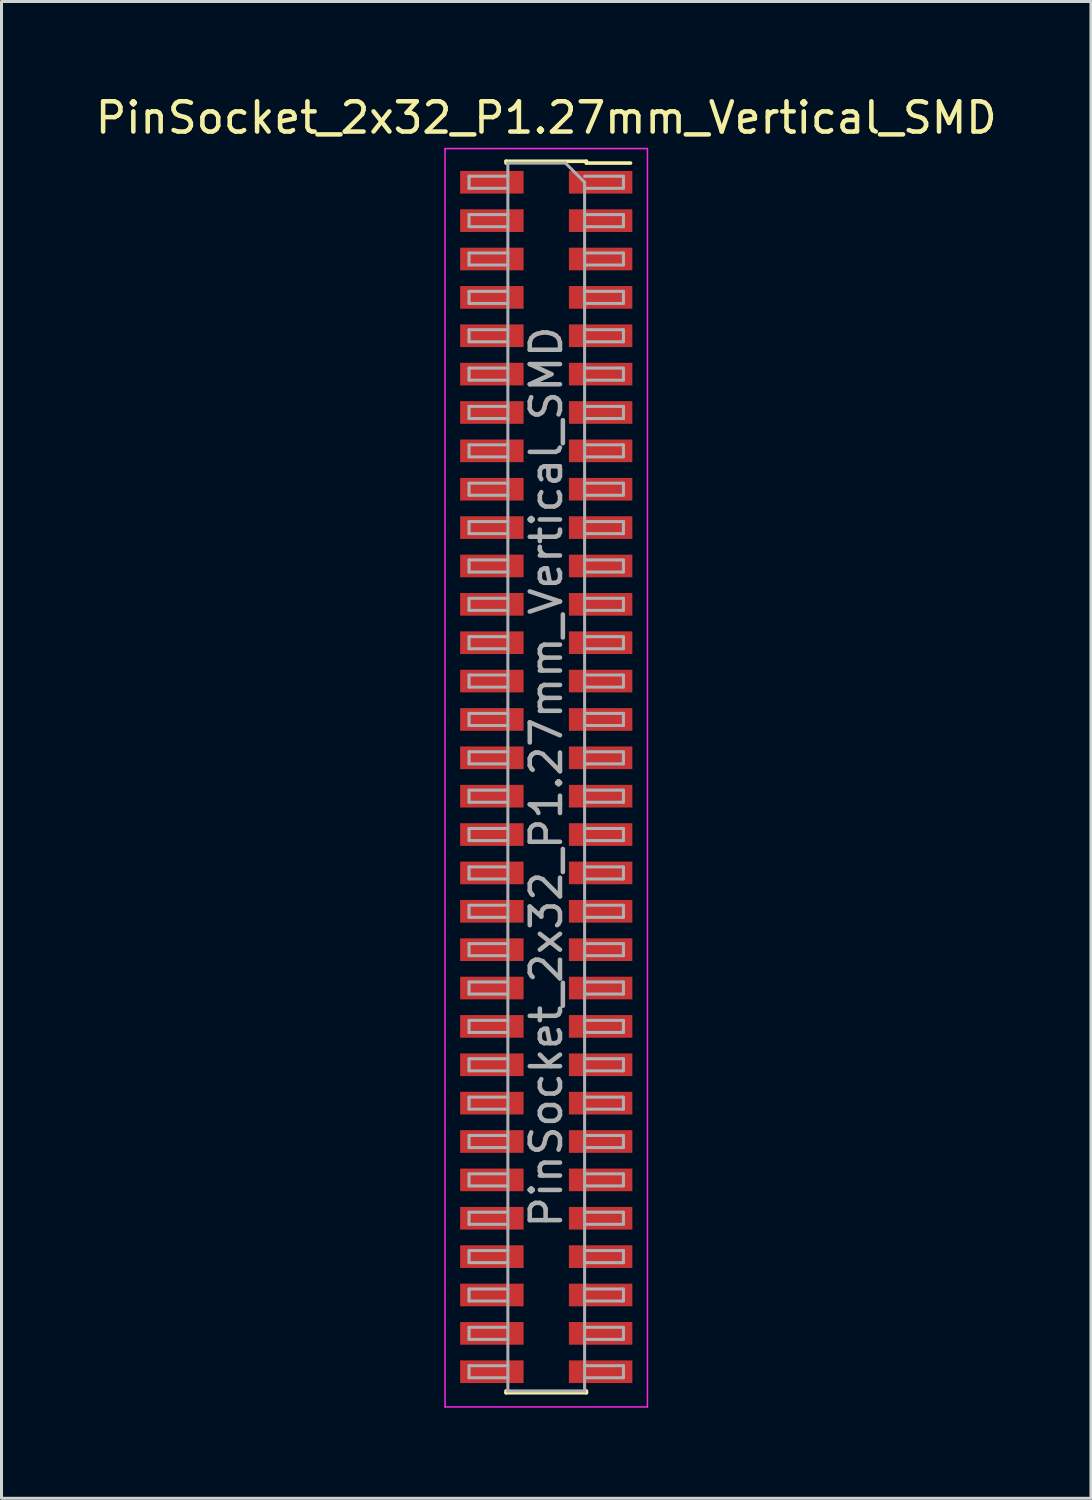
<source format=kicad_pcb>
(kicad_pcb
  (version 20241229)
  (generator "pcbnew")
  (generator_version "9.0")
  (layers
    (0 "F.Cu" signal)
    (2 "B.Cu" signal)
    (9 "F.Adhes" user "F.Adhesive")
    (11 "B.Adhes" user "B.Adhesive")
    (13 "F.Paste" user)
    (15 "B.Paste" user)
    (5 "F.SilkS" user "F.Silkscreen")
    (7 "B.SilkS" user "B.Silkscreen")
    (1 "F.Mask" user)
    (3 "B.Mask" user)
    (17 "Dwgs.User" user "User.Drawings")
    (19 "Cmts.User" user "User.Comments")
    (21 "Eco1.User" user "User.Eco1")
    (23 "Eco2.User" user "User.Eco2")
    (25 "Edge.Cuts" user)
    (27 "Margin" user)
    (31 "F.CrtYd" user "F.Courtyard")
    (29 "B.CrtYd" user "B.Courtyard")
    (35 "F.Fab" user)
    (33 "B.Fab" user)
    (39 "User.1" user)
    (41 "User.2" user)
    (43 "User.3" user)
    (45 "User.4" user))
  (footprint "PinSocket_2x32_P1.27mm_Vertical_SMD"
    (layer "F.Cu")
    (at 15.03 22.668)
    (property "Reference" "PinSocket_2x32_P1.27mm_Vertical_SMD" (at 0 -21.82 0) (layer "F.SilkS") (effects (font (size 1 1) (thickness 0.15))))
    (attr smd)
    (fp_line (start -1.33 -20.38) (end -1.33 -20.32) (stroke (width 0.12) (type solid)) (layer "F.SilkS"))
    (fp_line (start -1.33 -20.38) (end 1.33 -20.38) (stroke (width 0.12) (type solid)) (layer "F.SilkS"))
    (fp_line (start -1.33 20.32) (end -1.33 20.38) (stroke (width 0.12) (type solid)) (layer "F.SilkS"))
    (fp_line (start -1.33 20.38) (end 1.33 20.38) (stroke (width 0.12) (type solid)) (layer "F.SilkS"))
    (fp_line (start 1.33 -20.38) (end 1.33 -20.32) (stroke (width 0.12) (type solid)) (layer "F.SilkS"))
    (fp_line (start 1.33 -20.32) (end 2.79 -20.32) (stroke (width 0.12) (type solid)) (layer "F.SilkS"))
    (fp_line (start 1.33 20.32) (end 1.33 20.38) (stroke (width 0.12) (type solid)) (layer "F.SilkS"))
    (fp_line (start -3.35 -20.8) (end 3.35 -20.8) (stroke (width 0.05) (type solid)) (layer "F.CrtYd"))
    (fp_line (start -3.35 20.85) (end -3.35 -20.8) (stroke (width 0.05) (type solid)) (layer "F.CrtYd"))
    (fp_line (start 3.35 -20.8) (end 3.35 20.85) (stroke (width 0.05) (type solid)) (layer "F.CrtYd"))
    (fp_line (start 3.35 20.85) (end -3.35 20.85) (stroke (width 0.05) (type solid)) (layer "F.CrtYd"))
    (fp_line (start -2.555 -19.885) (end -1.27 -19.885) (stroke (width 0.1) (type solid)) (layer "F.Fab"))
    (fp_line (start -2.555 -19.485) (end -2.555 -19.885) (stroke (width 0.1) (type solid)) (layer "F.Fab"))
    (fp_line (start -2.555 -18.615) (end -1.27 -18.615) (stroke (width 0.1) (type solid)) (layer "F.Fab"))
    (fp_line (start -2.555 -18.215) (end -2.555 -18.615) (stroke (width 0.1) (type solid)) (layer "F.Fab"))
    (fp_line (start -2.555 -17.345) (end -1.27 -17.345) (stroke (width 0.1) (type solid)) (layer "F.Fab"))
    (fp_line (start -2.555 -16.945) (end -2.555 -17.345) (stroke (width 0.1) (type solid)) (layer "F.Fab"))
    (fp_line (start -2.555 -16.075) (end -1.27 -16.075) (stroke (width 0.1) (type solid)) (layer "F.Fab"))
    (fp_line (start -2.555 -15.675) (end -2.555 -16.075) (stroke (width 0.1) (type solid)) (layer "F.Fab"))
    (fp_line (start -2.555 -14.805) (end -1.27 -14.805) (stroke (width 0.1) (type solid)) (layer "F.Fab"))
    (fp_line (start -2.555 -14.405) (end -2.555 -14.805) (stroke (width 0.1) (type solid)) (layer "F.Fab"))
    (fp_line (start -2.555 -13.535) (end -1.27 -13.535) (stroke (width 0.1) (type solid)) (layer "F.Fab"))
    (fp_line (start -2.555 -13.135) (end -2.555 -13.535) (stroke (width 0.1) (type solid)) (layer "F.Fab"))
    (fp_line (start -2.555 -12.265) (end -1.27 -12.265) (stroke (width 0.1) (type solid)) (layer "F.Fab"))
    (fp_line (start -2.555 -11.865) (end -2.555 -12.265) (stroke (width 0.1) (type solid)) (layer "F.Fab"))
    (fp_line (start -2.555 -10.995) (end -1.27 -10.995) (stroke (width 0.1) (type solid)) (layer "F.Fab"))
    (fp_line (start -2.555 -10.595) (end -2.555 -10.995) (stroke (width 0.1) (type solid)) (layer "F.Fab"))
    (fp_line (start -2.555 -9.725) (end -1.27 -9.725) (stroke (width 0.1) (type solid)) (layer "F.Fab"))
    (fp_line (start -2.555 -9.325) (end -2.555 -9.725) (stroke (width 0.1) (type solid)) (layer "F.Fab"))
    (fp_line (start -2.555 -8.455) (end -1.27 -8.455) (stroke (width 0.1) (type solid)) (layer "F.Fab"))
    (fp_line (start -2.555 -8.055) (end -2.555 -8.455) (stroke (width 0.1) (type solid)) (layer "F.Fab"))
    (fp_line (start -2.555 -7.185) (end -1.27 -7.185) (stroke (width 0.1) (type solid)) (layer "F.Fab"))
    (fp_line (start -2.555 -6.785) (end -2.555 -7.185) (stroke (width 0.1) (type solid)) (layer "F.Fab"))
    (fp_line (start -2.555 -5.915) (end -1.27 -5.915) (stroke (width 0.1) (type solid)) (layer "F.Fab"))
    (fp_line (start -2.555 -5.515) (end -2.555 -5.915) (stroke (width 0.1) (type solid)) (layer "F.Fab"))
    (fp_line (start -2.555 -4.645) (end -1.27 -4.645) (stroke (width 0.1) (type solid)) (layer "F.Fab"))
    (fp_line (start -2.555 -4.245) (end -2.555 -4.645) (stroke (width 0.1) (type solid)) (layer "F.Fab"))
    (fp_line (start -2.555 -3.375) (end -1.27 -3.375) (stroke (width 0.1) (type solid)) (layer "F.Fab"))
    (fp_line (start -2.555 -2.975) (end -2.555 -3.375) (stroke (width 0.1) (type solid)) (layer "F.Fab"))
    (fp_line (start -2.555 -2.105) (end -1.27 -2.105) (stroke (width 0.1) (type solid)) (layer "F.Fab"))
    (fp_line (start -2.555 -1.705) (end -2.555 -2.105) (stroke (width 0.1) (type solid)) (layer "F.Fab"))
    (fp_line (start -2.555 -0.835) (end -1.27 -0.835) (stroke (width 0.1) (type solid)) (layer "F.Fab"))
    (fp_line (start -2.555 -0.435) (end -2.555 -0.835) (stroke (width 0.1) (type solid)) (layer "F.Fab"))
    (fp_line (start -2.555 0.435) (end -1.27 0.435) (stroke (width 0.1) (type solid)) (layer "F.Fab"))
    (fp_line (start -2.555 0.835) (end -2.555 0.435) (stroke (width 0.1) (type solid)) (layer "F.Fab"))
    (fp_line (start -2.555 1.705) (end -1.27 1.705) (stroke (width 0.1) (type solid)) (layer "F.Fab"))
    (fp_line (start -2.555 2.105) (end -2.555 1.705) (stroke (width 0.1) (type solid)) (layer "F.Fab"))
    (fp_line (start -2.555 2.975) (end -1.27 2.975) (stroke (width 0.1) (type solid)) (layer "F.Fab"))
    (fp_line (start -2.555 3.375) (end -2.555 2.975) (stroke (width 0.1) (type solid)) (layer "F.Fab"))
    (fp_line (start -2.555 4.245) (end -1.27 4.245) (stroke (width 0.1) (type solid)) (layer "F.Fab"))
    (fp_line (start -2.555 4.645) (end -2.555 4.245) (stroke (width 0.1) (type solid)) (layer "F.Fab"))
    (fp_line (start -2.555 5.515) (end -1.27 5.515) (stroke (width 0.1) (type solid)) (layer "F.Fab"))
    (fp_line (start -2.555 5.915) (end -2.555 5.515) (stroke (width 0.1) (type solid)) (layer "F.Fab"))
    (fp_line (start -2.555 6.785) (end -1.27 6.785) (stroke (width 0.1) (type solid)) (layer "F.Fab"))
    (fp_line (start -2.555 7.185) (end -2.555 6.785) (stroke (width 0.1) (type solid)) (layer "F.Fab"))
    (fp_line (start -2.555 8.055) (end -1.27 8.055) (stroke (width 0.1) (type solid)) (layer "F.Fab"))
    (fp_line (start -2.555 8.455) (end -2.555 8.055) (stroke (width 0.1) (type solid)) (layer "F.Fab"))
    (fp_line (start -2.555 9.325) (end -1.27 9.325) (stroke (width 0.1) (type solid)) (layer "F.Fab"))
    (fp_line (start -2.555 9.725) (end -2.555 9.325) (stroke (width 0.1) (type solid)) (layer "F.Fab"))
    (fp_line (start -2.555 10.595) (end -1.27 10.595) (stroke (width 0.1) (type solid)) (layer "F.Fab"))
    (fp_line (start -2.555 10.995) (end -2.555 10.595) (stroke (width 0.1) (type solid)) (layer "F.Fab"))
    (fp_line (start -2.555 11.865) (end -1.27 11.865) (stroke (width 0.1) (type solid)) (layer "F.Fab"))
    (fp_line (start -2.555 12.265) (end -2.555 11.865) (stroke (width 0.1) (type solid)) (layer "F.Fab"))
    (fp_line (start -2.555 13.135) (end -1.27 13.135) (stroke (width 0.1) (type solid)) (layer "F.Fab"))
    (fp_line (start -2.555 13.535) (end -2.555 13.135) (stroke (width 0.1) (type solid)) (layer "F.Fab"))
    (fp_line (start -2.555 14.405) (end -1.27 14.405) (stroke (width 0.1) (type solid)) (layer "F.Fab"))
    (fp_line (start -2.555 14.805) (end -2.555 14.405) (stroke (width 0.1) (type solid)) (layer "F.Fab"))
    (fp_line (start -2.555 15.675) (end -1.27 15.675) (stroke (width 0.1) (type solid)) (layer "F.Fab"))
    (fp_line (start -2.555 16.075) (end -2.555 15.675) (stroke (width 0.1) (type solid)) (layer "F.Fab"))
    (fp_line (start -2.555 16.945) (end -1.27 16.945) (stroke (width 0.1) (type solid)) (layer "F.Fab"))
    (fp_line (start -2.555 17.345) (end -2.555 16.945) (stroke (width 0.1) (type solid)) (layer "F.Fab"))
    (fp_line (start -2.555 18.215) (end -1.27 18.215) (stroke (width 0.1) (type solid)) (layer "F.Fab"))
    (fp_line (start -2.555 18.615) (end -2.555 18.215) (stroke (width 0.1) (type solid)) (layer "F.Fab"))
    (fp_line (start -2.555 19.485) (end -1.27 19.485) (stroke (width 0.1) (type solid)) (layer "F.Fab"))
    (fp_line (start -2.555 19.885) (end -2.555 19.485) (stroke (width 0.1) (type solid)) (layer "F.Fab"))
    (fp_line (start -1.27 -20.32) (end 0.635 -20.32) (stroke (width 0.1) (type solid)) (layer "F.Fab"))
    (fp_line (start -1.27 -19.485) (end -2.555 -19.485) (stroke (width 0.1) (type solid)) (layer "F.Fab"))
    (fp_line (start -1.27 -18.215) (end -2.555 -18.215) (stroke (width 0.1) (type solid)) (layer "F.Fab"))
    (fp_line (start -1.27 -16.945) (end -2.555 -16.945) (stroke (width 0.1) (type solid)) (layer "F.Fab"))
    (fp_line (start -1.27 -15.675) (end -2.555 -15.675) (stroke (width 0.1) (type solid)) (layer "F.Fab"))
    (fp_line (start -1.27 -14.405) (end -2.555 -14.405) (stroke (width 0.1) (type solid)) (layer "F.Fab"))
    (fp_line (start -1.27 -13.135) (end -2.555 -13.135) (stroke (width 0.1) (type solid)) (layer "F.Fab"))
    (fp_line (start -1.27 -11.865) (end -2.555 -11.865) (stroke (width 0.1) (type solid)) (layer "F.Fab"))
    (fp_line (start -1.27 -10.595) (end -2.555 -10.595) (stroke (width 0.1) (type solid)) (layer "F.Fab"))
    (fp_line (start -1.27 -9.325) (end -2.555 -9.325) (stroke (width 0.1) (type solid)) (layer "F.Fab"))
    (fp_line (start -1.27 -8.055) (end -2.555 -8.055) (stroke (width 0.1) (type solid)) (layer "F.Fab"))
    (fp_line (start -1.27 -6.785) (end -2.555 -6.785) (stroke (width 0.1) (type solid)) (layer "F.Fab"))
    (fp_line (start -1.27 -5.515) (end -2.555 -5.515) (stroke (width 0.1) (type solid)) (layer "F.Fab"))
    (fp_line (start -1.27 -4.245) (end -2.555 -4.245) (stroke (width 0.1) (type solid)) (layer "F.Fab"))
    (fp_line (start -1.27 -2.975) (end -2.555 -2.975) (stroke (width 0.1) (type solid)) (layer "F.Fab"))
    (fp_line (start -1.27 -1.705) (end -2.555 -1.705) (stroke (width 0.1) (type solid)) (layer "F.Fab"))
    (fp_line (start -1.27 -0.435) (end -2.555 -0.435) (stroke (width 0.1) (type solid)) (layer "F.Fab"))
    (fp_line (start -1.27 0.835) (end -2.555 0.835) (stroke (width 0.1) (type solid)) (layer "F.Fab"))
    (fp_line (start -1.27 2.105) (end -2.555 2.105) (stroke (width 0.1) (type solid)) (layer "F.Fab"))
    (fp_line (start -1.27 3.375) (end -2.555 3.375) (stroke (width 0.1) (type solid)) (layer "F.Fab"))
    (fp_line (start -1.27 4.645) (end -2.555 4.645) (stroke (width 0.1) (type solid)) (layer "F.Fab"))
    (fp_line (start -1.27 5.915) (end -2.555 5.915) (stroke (width 0.1) (type solid)) (layer "F.Fab"))
    (fp_line (start -1.27 7.185) (end -2.555 7.185) (stroke (width 0.1) (type solid)) (layer "F.Fab"))
    (fp_line (start -1.27 8.455) (end -2.555 8.455) (stroke (width 0.1) (type solid)) (layer "F.Fab"))
    (fp_line (start -1.27 9.725) (end -2.555 9.725) (stroke (width 0.1) (type solid)) (layer "F.Fab"))
    (fp_line (start -1.27 10.995) (end -2.555 10.995) (stroke (width 0.1) (type solid)) (layer "F.Fab"))
    (fp_line (start -1.27 12.265) (end -2.555 12.265) (stroke (width 0.1) (type solid)) (layer "F.Fab"))
    (fp_line (start -1.27 13.535) (end -2.555 13.535) (stroke (width 0.1) (type solid)) (layer "F.Fab"))
    (fp_line (start -1.27 14.805) (end -2.555 14.805) (stroke (width 0.1) (type solid)) (layer "F.Fab"))
    (fp_line (start -1.27 16.075) (end -2.555 16.075) (stroke (width 0.1) (type solid)) (layer "F.Fab"))
    (fp_line (start -1.27 17.345) (end -2.555 17.345) (stroke (width 0.1) (type solid)) (layer "F.Fab"))
    (fp_line (start -1.27 18.615) (end -2.555 18.615) (stroke (width 0.1) (type solid)) (layer "F.Fab"))
    (fp_line (start -1.27 19.885) (end -2.555 19.885) (stroke (width 0.1) (type solid)) (layer "F.Fab"))
    (fp_line (start -1.27 20.32) (end -1.27 -20.32) (stroke (width 0.1) (type solid)) (layer "F.Fab"))
    (fp_line (start 0.635 -20.32) (end 1.27 -19.685) (stroke (width 0.1) (type solid)) (layer "F.Fab"))
    (fp_line (start 1.27 -19.885) (end 2.555 -19.885) (stroke (width 0.1) (type solid)) (layer "F.Fab"))
    (fp_line (start 1.27 -19.685) (end 1.27 20.32) (stroke (width 0.1) (type solid)) (layer "F.Fab"))
    (fp_line (start 1.27 -18.615) (end 2.555 -18.615) (stroke (width 0.1) (type solid)) (layer "F.Fab"))
    (fp_line (start 1.27 -17.345) (end 2.555 -17.345) (stroke (width 0.1) (type solid)) (layer "F.Fab"))
    (fp_line (start 1.27 -16.075) (end 2.555 -16.075) (stroke (width 0.1) (type solid)) (layer "F.Fab"))
    (fp_line (start 1.27 -14.805) (end 2.555 -14.805) (stroke (width 0.1) (type solid)) (layer "F.Fab"))
    (fp_line (start 1.27 -13.535) (end 2.555 -13.535) (stroke (width 0.1) (type solid)) (layer "F.Fab"))
    (fp_line (start 1.27 -12.265) (end 2.555 -12.265) (stroke (width 0.1) (type solid)) (layer "F.Fab"))
    (fp_line (start 1.27 -10.995) (end 2.555 -10.995) (stroke (width 0.1) (type solid)) (layer "F.Fab"))
    (fp_line (start 1.27 -9.725) (end 2.555 -9.725) (stroke (width 0.1) (type solid)) (layer "F.Fab"))
    (fp_line (start 1.27 -8.455) (end 2.555 -8.455) (stroke (width 0.1) (type solid)) (layer "F.Fab"))
    (fp_line (start 1.27 -7.185) (end 2.555 -7.185) (stroke (width 0.1) (type solid)) (layer "F.Fab"))
    (fp_line (start 1.27 -5.915) (end 2.555 -5.915) (stroke (width 0.1) (type solid)) (layer "F.Fab"))
    (fp_line (start 1.27 -4.645) (end 2.555 -4.645) (stroke (width 0.1) (type solid)) (layer "F.Fab"))
    (fp_line (start 1.27 -3.375) (end 2.555 -3.375) (stroke (width 0.1) (type solid)) (layer "F.Fab"))
    (fp_line (start 1.27 -2.105) (end 2.555 -2.105) (stroke (width 0.1) (type solid)) (layer "F.Fab"))
    (fp_line (start 1.27 -0.835) (end 2.555 -0.835) (stroke (width 0.1) (type solid)) (layer "F.Fab"))
    (fp_line (start 1.27 0.435) (end 2.555 0.435) (stroke (width 0.1) (type solid)) (layer "F.Fab"))
    (fp_line (start 1.27 1.705) (end 2.555 1.705) (stroke (width 0.1) (type solid)) (layer "F.Fab"))
    (fp_line (start 1.27 2.975) (end 2.555 2.975) (stroke (width 0.1) (type solid)) (layer "F.Fab"))
    (fp_line (start 1.27 4.245) (end 2.555 4.245) (stroke (width 0.1) (type solid)) (layer "F.Fab"))
    (fp_line (start 1.27 5.515) (end 2.555 5.515) (stroke (width 0.1) (type solid)) (layer "F.Fab"))
    (fp_line (start 1.27 6.785) (end 2.555 6.785) (stroke (width 0.1) (type solid)) (layer "F.Fab"))
    (fp_line (start 1.27 8.055) (end 2.555 8.055) (stroke (width 0.1) (type solid)) (layer "F.Fab"))
    (fp_line (start 1.27 9.325) (end 2.555 9.325) (stroke (width 0.1) (type solid)) (layer "F.Fab"))
    (fp_line (start 1.27 10.595) (end 2.555 10.595) (stroke (width 0.1) (type solid)) (layer "F.Fab"))
    (fp_line (start 1.27 11.865) (end 2.555 11.865) (stroke (width 0.1) (type solid)) (layer "F.Fab"))
    (fp_line (start 1.27 13.135) (end 2.555 13.135) (stroke (width 0.1) (type solid)) (layer "F.Fab"))
    (fp_line (start 1.27 14.405) (end 2.555 14.405) (stroke (width 0.1) (type solid)) (layer "F.Fab"))
    (fp_line (start 1.27 15.675) (end 2.555 15.675) (stroke (width 0.1) (type solid)) (layer "F.Fab"))
    (fp_line (start 1.27 16.945) (end 2.555 16.945) (stroke (width 0.1) (type solid)) (layer "F.Fab"))
    (fp_line (start 1.27 18.215) (end 2.555 18.215) (stroke (width 0.1) (type solid)) (layer "F.Fab"))
    (fp_line (start 1.27 19.485) (end 2.555 19.485) (stroke (width 0.1) (type solid)) (layer "F.Fab"))
    (fp_line (start 1.27 20.32) (end -1.27 20.32) (stroke (width 0.1) (type solid)) (layer "F.Fab"))
    (fp_line (start 2.555 -19.885) (end 2.555 -19.485) (stroke (width 0.1) (type solid)) (layer "F.Fab"))
    (fp_line (start 2.555 -19.485) (end 1.27 -19.485) (stroke (width 0.1) (type solid)) (layer "F.Fab"))
    (fp_line (start 2.555 -18.615) (end 2.555 -18.215) (stroke (width 0.1) (type solid)) (layer "F.Fab"))
    (fp_line (start 2.555 -18.215) (end 1.27 -18.215) (stroke (width 0.1) (type solid)) (layer "F.Fab"))
    (fp_line (start 2.555 -17.345) (end 2.555 -16.945) (stroke (width 0.1) (type solid)) (layer "F.Fab"))
    (fp_line (start 2.555 -16.945) (end 1.27 -16.945) (stroke (width 0.1) (type solid)) (layer "F.Fab"))
    (fp_line (start 2.555 -16.075) (end 2.555 -15.675) (stroke (width 0.1) (type solid)) (layer "F.Fab"))
    (fp_line (start 2.555 -15.675) (end 1.27 -15.675) (stroke (width 0.1) (type solid)) (layer "F.Fab"))
    (fp_line (start 2.555 -14.805) (end 2.555 -14.405) (stroke (width 0.1) (type solid)) (layer "F.Fab"))
    (fp_line (start 2.555 -14.405) (end 1.27 -14.405) (stroke (width 0.1) (type solid)) (layer "F.Fab"))
    (fp_line (start 2.555 -13.535) (end 2.555 -13.135) (stroke (width 0.1) (type solid)) (layer "F.Fab"))
    (fp_line (start 2.555 -13.135) (end 1.27 -13.135) (stroke (width 0.1) (type solid)) (layer "F.Fab"))
    (fp_line (start 2.555 -12.265) (end 2.555 -11.865) (stroke (width 0.1) (type solid)) (layer "F.Fab"))
    (fp_line (start 2.555 -11.865) (end 1.27 -11.865) (stroke (width 0.1) (type solid)) (layer "F.Fab"))
    (fp_line (start 2.555 -10.995) (end 2.555 -10.595) (stroke (width 0.1) (type solid)) (layer "F.Fab"))
    (fp_line (start 2.555 -10.595) (end 1.27 -10.595) (stroke (width 0.1) (type solid)) (layer "F.Fab"))
    (fp_line (start 2.555 -9.725) (end 2.555 -9.325) (stroke (width 0.1) (type solid)) (layer "F.Fab"))
    (fp_line (start 2.555 -9.325) (end 1.27 -9.325) (stroke (width 0.1) (type solid)) (layer "F.Fab"))
    (fp_line (start 2.555 -8.455) (end 2.555 -8.055) (stroke (width 0.1) (type solid)) (layer "F.Fab"))
    (fp_line (start 2.555 -8.055) (end 1.27 -8.055) (stroke (width 0.1) (type solid)) (layer "F.Fab"))
    (fp_line (start 2.555 -7.185) (end 2.555 -6.785) (stroke (width 0.1) (type solid)) (layer "F.Fab"))
    (fp_line (start 2.555 -6.785) (end 1.27 -6.785) (stroke (width 0.1) (type solid)) (layer "F.Fab"))
    (fp_line (start 2.555 -5.915) (end 2.555 -5.515) (stroke (width 0.1) (type solid)) (layer "F.Fab"))
    (fp_line (start 2.555 -5.515) (end 1.27 -5.515) (stroke (width 0.1) (type solid)) (layer "F.Fab"))
    (fp_line (start 2.555 -4.645) (end 2.555 -4.245) (stroke (width 0.1) (type solid)) (layer "F.Fab"))
    (fp_line (start 2.555 -4.245) (end 1.27 -4.245) (stroke (width 0.1) (type solid)) (layer "F.Fab"))
    (fp_line (start 2.555 -3.375) (end 2.555 -2.975) (stroke (width 0.1) (type solid)) (layer "F.Fab"))
    (fp_line (start 2.555 -2.975) (end 1.27 -2.975) (stroke (width 0.1) (type solid)) (layer "F.Fab"))
    (fp_line (start 2.555 -2.105) (end 2.555 -1.705) (stroke (width 0.1) (type solid)) (layer "F.Fab"))
    (fp_line (start 2.555 -1.705) (end 1.27 -1.705) (stroke (width 0.1) (type solid)) (layer "F.Fab"))
    (fp_line (start 2.555 -0.835) (end 2.555 -0.435) (stroke (width 0.1) (type solid)) (layer "F.Fab"))
    (fp_line (start 2.555 -0.435) (end 1.27 -0.435) (stroke (width 0.1) (type solid)) (layer "F.Fab"))
    (fp_line (start 2.555 0.435) (end 2.555 0.835) (stroke (width 0.1) (type solid)) (layer "F.Fab"))
    (fp_line (start 2.555 0.835) (end 1.27 0.835) (stroke (width 0.1) (type solid)) (layer "F.Fab"))
    (fp_line (start 2.555 1.705) (end 2.555 2.105) (stroke (width 0.1) (type solid)) (layer "F.Fab"))
    (fp_line (start 2.555 2.105) (end 1.27 2.105) (stroke (width 0.1) (type solid)) (layer "F.Fab"))
    (fp_line (start 2.555 2.975) (end 2.555 3.375) (stroke (width 0.1) (type solid)) (layer "F.Fab"))
    (fp_line (start 2.555 3.375) (end 1.27 3.375) (stroke (width 0.1) (type solid)) (layer "F.Fab"))
    (fp_line (start 2.555 4.245) (end 2.555 4.645) (stroke (width 0.1) (type solid)) (layer "F.Fab"))
    (fp_line (start 2.555 4.645) (end 1.27 4.645) (stroke (width 0.1) (type solid)) (layer "F.Fab"))
    (fp_line (start 2.555 5.515) (end 2.555 5.915) (stroke (width 0.1) (type solid)) (layer "F.Fab"))
    (fp_line (start 2.555 5.915) (end 1.27 5.915) (stroke (width 0.1) (type solid)) (layer "F.Fab"))
    (fp_line (start 2.555 6.785) (end 2.555 7.185) (stroke (width 0.1) (type solid)) (layer "F.Fab"))
    (fp_line (start 2.555 7.185) (end 1.27 7.185) (stroke (width 0.1) (type solid)) (layer "F.Fab"))
    (fp_line (start 2.555 8.055) (end 2.555 8.455) (stroke (width 0.1) (type solid)) (layer "F.Fab"))
    (fp_line (start 2.555 8.455) (end 1.27 8.455) (stroke (width 0.1) (type solid)) (layer "F.Fab"))
    (fp_line (start 2.555 9.325) (end 2.555 9.725) (stroke (width 0.1) (type solid)) (layer "F.Fab"))
    (fp_line (start 2.555 9.725) (end 1.27 9.725) (stroke (width 0.1) (type solid)) (layer "F.Fab"))
    (fp_line (start 2.555 10.595) (end 2.555 10.995) (stroke (width 0.1) (type solid)) (layer "F.Fab"))
    (fp_line (start 2.555 10.995) (end 1.27 10.995) (stroke (width 0.1) (type solid)) (layer "F.Fab"))
    (fp_line (start 2.555 11.865) (end 2.555 12.265) (stroke (width 0.1) (type solid)) (layer "F.Fab"))
    (fp_line (start 2.555 12.265) (end 1.27 12.265) (stroke (width 0.1) (type solid)) (layer "F.Fab"))
    (fp_line (start 2.555 13.135) (end 2.555 13.535) (stroke (width 0.1) (type solid)) (layer "F.Fab"))
    (fp_line (start 2.555 13.535) (end 1.27 13.535) (stroke (width 0.1) (type solid)) (layer "F.Fab"))
    (fp_line (start 2.555 14.405) (end 2.555 14.805) (stroke (width 0.1) (type solid)) (layer "F.Fab"))
    (fp_line (start 2.555 14.805) (end 1.27 14.805) (stroke (width 0.1) (type solid)) (layer "F.Fab"))
    (fp_line (start 2.555 15.675) (end 2.555 16.075) (stroke (width 0.1) (type solid)) (layer "F.Fab"))
    (fp_line (start 2.555 16.075) (end 1.27 16.075) (stroke (width 0.1) (type solid)) (layer "F.Fab"))
    (fp_line (start 2.555 16.945) (end 2.555 17.345) (stroke (width 0.1) (type solid)) (layer "F.Fab"))
    (fp_line (start 2.555 17.345) (end 1.27 17.345) (stroke (width 0.1) (type solid)) (layer "F.Fab"))
    (fp_line (start 2.555 18.215) (end 2.555 18.615) (stroke (width 0.1) (type solid)) (layer "F.Fab"))
    (fp_line (start 2.555 18.615) (end 1.27 18.615) (stroke (width 0.1) (type solid)) (layer "F.Fab"))
    (fp_line (start 2.555 19.485) (end 2.555 19.885) (stroke (width 0.1) (type solid)) (layer "F.Fab"))
    (fp_line (start 2.555 19.885) (end 1.27 19.885) (stroke (width 0.1) (type solid)) (layer "F.Fab"))
    (fp_text user "${REFERENCE}" (at 0 0 90) (layer "F.Fab") (effects (font (size 1 1) (thickness 0.15))))
    (pad "1" smd rect (at 1.8 -19.685) (size 2.1 0.75) (layers "F.Cu" "F.Mask" "F.Paste"))
    (pad "2" smd rect (at -1.8 -19.685) (size 2.1 0.75) (layers "F.Cu" "F.Mask" "F.Paste"))
    (pad "3" smd rect (at 1.8 -18.415) (size 2.1 0.75) (layers "F.Cu" "F.Mask" "F.Paste"))
    (pad "4" smd rect (at -1.8 -18.415) (size 2.1 0.75) (layers "F.Cu" "F.Mask" "F.Paste"))
    (pad "5" smd rect (at 1.8 -17.145) (size 2.1 0.75) (layers "F.Cu" "F.Mask" "F.Paste"))
    (pad "6" smd rect (at -1.8 -17.145) (size 2.1 0.75) (layers "F.Cu" "F.Mask" "F.Paste"))
    (pad "7" smd rect (at 1.8 -15.875) (size 2.1 0.75) (layers "F.Cu" "F.Mask" "F.Paste"))
    (pad "8" smd rect (at -1.8 -15.875) (size 2.1 0.75) (layers "F.Cu" "F.Mask" "F.Paste"))
    (pad "9" smd rect (at 1.8 -14.605) (size 2.1 0.75) (layers "F.Cu" "F.Mask" "F.Paste"))
    (pad "10" smd rect (at -1.8 -14.605) (size 2.1 0.75) (layers "F.Cu" "F.Mask" "F.Paste"))
    (pad "11" smd rect (at 1.8 -13.335) (size 2.1 0.75) (layers "F.Cu" "F.Mask" "F.Paste"))
    (pad "12" smd rect (at -1.8 -13.335) (size 2.1 0.75) (layers "F.Cu" "F.Mask" "F.Paste"))
    (pad "13" smd rect (at 1.8 -12.065) (size 2.1 0.75) (layers "F.Cu" "F.Mask" "F.Paste"))
    (pad "14" smd rect (at -1.8 -12.065) (size 2.1 0.75) (layers "F.Cu" "F.Mask" "F.Paste"))
    (pad "15" smd rect (at 1.8 -10.795) (size 2.1 0.75) (layers "F.Cu" "F.Mask" "F.Paste"))
    (pad "16" smd rect (at -1.8 -10.795) (size 2.1 0.75) (layers "F.Cu" "F.Mask" "F.Paste"))
    (pad "17" smd rect (at 1.8 -9.525) (size 2.1 0.75) (layers "F.Cu" "F.Mask" "F.Paste"))
    (pad "18" smd rect (at -1.8 -9.525) (size 2.1 0.75) (layers "F.Cu" "F.Mask" "F.Paste"))
    (pad "19" smd rect (at 1.8 -8.255) (size 2.1 0.75) (layers "F.Cu" "F.Mask" "F.Paste"))
    (pad "20" smd rect (at -1.8 -8.255) (size 2.1 0.75) (layers "F.Cu" "F.Mask" "F.Paste"))
    (pad "21" smd rect (at 1.8 -6.985) (size 2.1 0.75) (layers "F.Cu" "F.Mask" "F.Paste"))
    (pad "22" smd rect (at -1.8 -6.985) (size 2.1 0.75) (layers "F.Cu" "F.Mask" "F.Paste"))
    (pad "23" smd rect (at 1.8 -5.715) (size 2.1 0.75) (layers "F.Cu" "F.Mask" "F.Paste"))
    (pad "24" smd rect (at -1.8 -5.715) (size 2.1 0.75) (layers "F.Cu" "F.Mask" "F.Paste"))
    (pad "25" smd rect (at 1.8 -4.445) (size 2.1 0.75) (layers "F.Cu" "F.Mask" "F.Paste"))
    (pad "26" smd rect (at -1.8 -4.445) (size 2.1 0.75) (layers "F.Cu" "F.Mask" "F.Paste"))
    (pad "27" smd rect (at 1.8 -3.175) (size 2.1 0.75) (layers "F.Cu" "F.Mask" "F.Paste"))
    (pad "28" smd rect (at -1.8 -3.175) (size 2.1 0.75) (layers "F.Cu" "F.Mask" "F.Paste"))
    (pad "29" smd rect (at 1.8 -1.905) (size 2.1 0.75) (layers "F.Cu" "F.Mask" "F.Paste"))
    (pad "30" smd rect (at -1.8 -1.905) (size 2.1 0.75) (layers "F.Cu" "F.Mask" "F.Paste"))
    (pad "31" smd rect (at 1.8 -0.635) (size 2.1 0.75) (layers "F.Cu" "F.Mask" "F.Paste"))
    (pad "32" smd rect (at -1.8 -0.635) (size 2.1 0.75) (layers "F.Cu" "F.Mask" "F.Paste"))
    (pad "33" smd rect (at 1.8 0.635) (size 2.1 0.75) (layers "F.Cu" "F.Mask" "F.Paste"))
    (pad "34" smd rect (at -1.8 0.635) (size 2.1 0.75) (layers "F.Cu" "F.Mask" "F.Paste"))
    (pad "35" smd rect (at 1.8 1.905) (size 2.1 0.75) (layers "F.Cu" "F.Mask" "F.Paste"))
    (pad "36" smd rect (at -1.8 1.905) (size 2.1 0.75) (layers "F.Cu" "F.Mask" "F.Paste"))
    (pad "37" smd rect (at 1.8 3.175) (size 2.1 0.75) (layers "F.Cu" "F.Mask" "F.Paste"))
    (pad "38" smd rect (at -1.8 3.175) (size 2.1 0.75) (layers "F.Cu" "F.Mask" "F.Paste"))
    (pad "39" smd rect (at 1.8 4.445) (size 2.1 0.75) (layers "F.Cu" "F.Mask" "F.Paste"))
    (pad "40" smd rect (at -1.8 4.445) (size 2.1 0.75) (layers "F.Cu" "F.Mask" "F.Paste"))
    (pad "41" smd rect (at 1.8 5.715) (size 2.1 0.75) (layers "F.Cu" "F.Mask" "F.Paste"))
    (pad "42" smd rect (at -1.8 5.715) (size 2.1 0.75) (layers "F.Cu" "F.Mask" "F.Paste"))
    (pad "43" smd rect (at 1.8 6.985) (size 2.1 0.75) (layers "F.Cu" "F.Mask" "F.Paste"))
    (pad "44" smd rect (at -1.8 6.985) (size 2.1 0.75) (layers "F.Cu" "F.Mask" "F.Paste"))
    (pad "45" smd rect (at 1.8 8.255) (size 2.1 0.75) (layers "F.Cu" "F.Mask" "F.Paste"))
    (pad "46" smd rect (at -1.8 8.255) (size 2.1 0.75) (layers "F.Cu" "F.Mask" "F.Paste"))
    (pad "47" smd rect (at 1.8 9.525) (size 2.1 0.75) (layers "F.Cu" "F.Mask" "F.Paste"))
    (pad "48" smd rect (at -1.8 9.525) (size 2.1 0.75) (layers "F.Cu" "F.Mask" "F.Paste"))
    (pad "49" smd rect (at 1.8 10.795) (size 2.1 0.75) (layers "F.Cu" "F.Mask" "F.Paste"))
    (pad "50" smd rect (at -1.8 10.795) (size 2.1 0.75) (layers "F.Cu" "F.Mask" "F.Paste"))
    (pad "51" smd rect (at 1.8 12.065) (size 2.1 0.75) (layers "F.Cu" "F.Mask" "F.Paste"))
    (pad "52" smd rect (at -1.8 12.065) (size 2.1 0.75) (layers "F.Cu" "F.Mask" "F.Paste"))
    (pad "53" smd rect (at 1.8 13.335) (size 2.1 0.75) (layers "F.Cu" "F.Mask" "F.Paste"))
    (pad "54" smd rect (at -1.8 13.335) (size 2.1 0.75) (layers "F.Cu" "F.Mask" "F.Paste"))
    (pad "55" smd rect (at 1.8 14.605) (size 2.1 0.75) (layers "F.Cu" "F.Mask" "F.Paste"))
    (pad "56" smd rect (at -1.8 14.605) (size 2.1 0.75) (layers "F.Cu" "F.Mask" "F.Paste"))
    (pad "57" smd rect (at 1.8 15.875) (size 2.1 0.75) (layers "F.Cu" "F.Mask" "F.Paste"))
    (pad "58" smd rect (at -1.8 15.875) (size 2.1 0.75) (layers "F.Cu" "F.Mask" "F.Paste"))
    (pad "59" smd rect (at 1.8 17.145) (size 2.1 0.75) (layers "F.Cu" "F.Mask" "F.Paste"))
    (pad "60" smd rect (at -1.8 17.145) (size 2.1 0.75) (layers "F.Cu" "F.Mask" "F.Paste"))
    (pad "61" smd rect (at 1.8 18.415) (size 2.1 0.75) (layers "F.Cu" "F.Mask" "F.Paste"))
    (pad "62" smd rect (at -1.8 18.415) (size 2.1 0.75) (layers "F.Cu" "F.Mask" "F.Paste"))
    (pad "63" smd rect (at 1.8 19.685) (size 2.1 0.75) (layers "F.Cu" "F.Mask" "F.Paste"))
    (pad "64" smd rect (at -1.8 19.685) (size 2.1 0.75) (layers "F.Cu" "F.Mask" "F.Paste")))
  (gr_rect
    (start -3 -3)
    (end 33.06 46.543)
    (stroke (width 0.1) (type default))
    (fill no)
    (layer "Edge.Cuts")))
</source>
